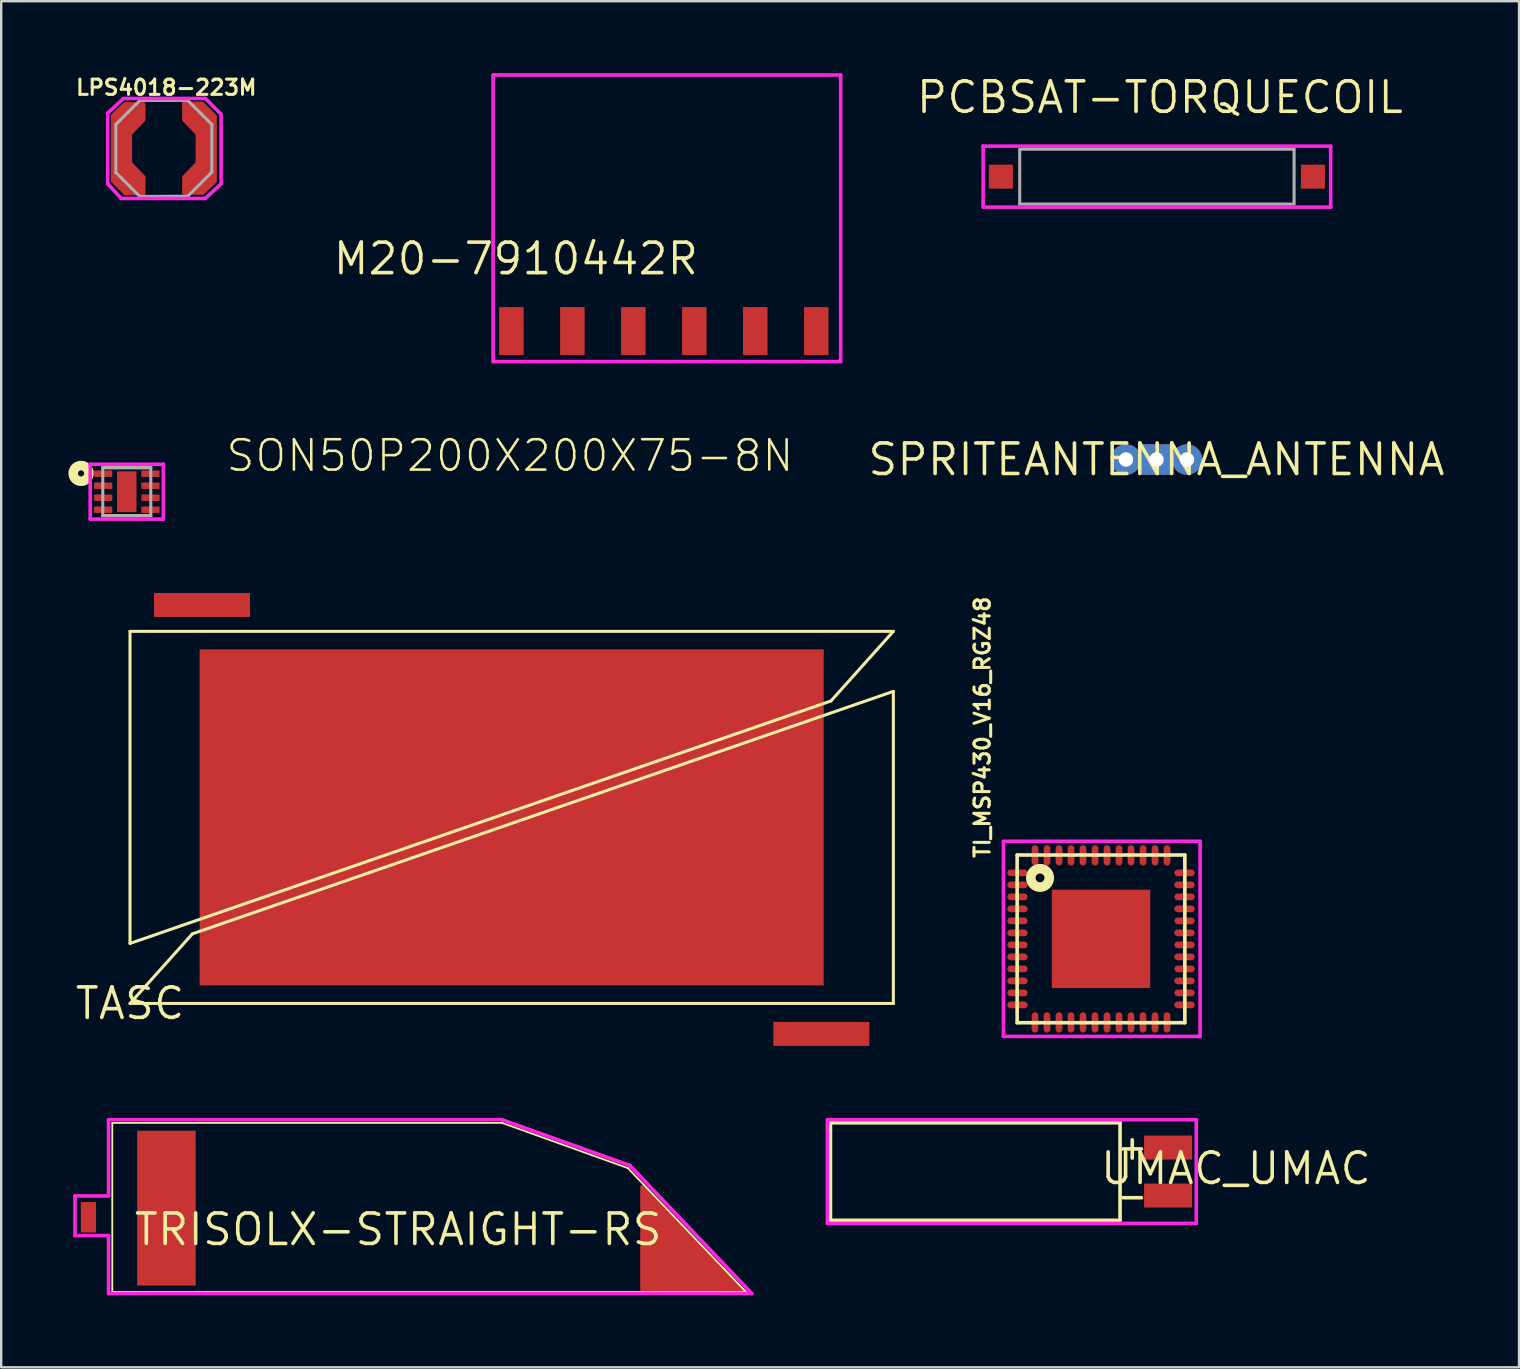
<source format=kicad_pcb>
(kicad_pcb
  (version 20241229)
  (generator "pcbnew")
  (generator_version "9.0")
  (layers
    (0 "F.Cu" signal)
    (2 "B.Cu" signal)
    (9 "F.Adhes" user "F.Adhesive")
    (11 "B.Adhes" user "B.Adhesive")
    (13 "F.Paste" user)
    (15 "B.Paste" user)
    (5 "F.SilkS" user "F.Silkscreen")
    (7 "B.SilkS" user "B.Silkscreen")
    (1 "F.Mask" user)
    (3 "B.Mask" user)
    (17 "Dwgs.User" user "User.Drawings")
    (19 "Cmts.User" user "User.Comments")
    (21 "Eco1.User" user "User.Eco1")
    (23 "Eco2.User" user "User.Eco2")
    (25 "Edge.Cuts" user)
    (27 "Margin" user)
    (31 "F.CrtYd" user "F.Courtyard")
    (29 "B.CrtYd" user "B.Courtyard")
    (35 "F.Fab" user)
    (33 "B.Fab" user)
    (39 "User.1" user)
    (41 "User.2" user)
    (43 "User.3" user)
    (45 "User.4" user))
  (footprint "SPRITEANTENNA_ANTENNA"
    (layer "F.Cu")
    (at 45.128 16.094)
    (property "Reference" "SPRITEANTENNA_ANTENNA" (at 0 0 0) (layer "F.SilkS") (effects (font (size 1.27 1.27) (thickness 0.15))))
    (attr through_hole)
    (pad "IN1" thru_hole rect (at 0 0 180) (size 1.27 1.27) (drill 0.6) (layers "*.Cu" "*.Mask"))
    (pad "IN2" thru_hole circle (at 1.27 0 180) (size 1.27 1.27) (drill 0.6) (layers "*.Cu" "*.Mask"))
    (pad "IN3" thru_hole circle (at -1.27 0) (size 1.27 1.27) (drill 0.6) (layers "*.Cu" "*.Mask")))
  (footprint "TASC"
    (layer "F.Cu")
    (at 2.366 38.752)
    (property "Reference" "TASC" (at 0 0 0) (layer "F.SilkS") (effects (font (size 1.27 1.27) (thickness 0.15))))
    (attr through_hole)
    (fp_line (start 0 -15.5) (end 0 -2.5) (stroke (width 0.127) (type solid)) (layer "F.SilkS"))
    (fp_line (start 0 -2.5) (end 29.2 -12.6) (stroke (width 0.127) (type solid)) (layer "F.SilkS"))
    (fp_line (start 0 0) (end 2.6 -2.9) (stroke (width 0.127) (type solid)) (layer "F.SilkS"))
    (fp_line (start 0 0) (end 31.8 0) (stroke (width 0.127) (type solid)) (layer "F.SilkS"))
    (fp_line (start 31.8 -15.5) (end 0 -15.5) (stroke (width 0.127) (type solid)) (layer "F.SilkS"))
    (fp_line (start 31.8 -15.5) (end 29.2 -12.6) (stroke (width 0.127) (type solid)) (layer "F.SilkS"))
    (fp_line (start 31.8 -13) (end 2.6 -2.9) (stroke (width 0.127) (type solid)) (layer "F.SilkS"))
    (fp_line (start 31.8 0) (end 31.8 -13) (stroke (width 0.127) (type solid)) (layer "F.SilkS"))
    (pad "MINUS1" smd rect (at 3 -16.6) (size 4 1) (layers "F.Cu" "F.Mask" "F.Paste"))
    (pad "MINUS2" smd rect (at 28.8 1.27) (size 4 1) (layers "F.Cu" "F.Mask" "F.Paste"))
    (pad "PLUS" smd rect (at 15.9 -7.75) (size 26 14) (layers "F.Cu" "F.Mask" "F.Paste")))
  (footprint "M20-7910442R"
    (layer "F.Cu")
    (at 24.605 10.743)
    (property "Reference" "M20-7910442R" (at 1.524 -3.759 0) (layer "F.SilkS") (effects (font (size 1.27 1.27) (thickness 0.15)) (justify right top)))
    (attr through_hole)
    (fp_line (start -7.112 -10.668) (end -7.112 1.27) (stroke (width 0.15) (type solid)) (layer "F.CrtYd"))
    (fp_line (start -7.112 1.27) (end 7.366 1.27) (stroke (width 0.15) (type solid)) (layer "F.CrtYd"))
    (fp_line (start 7.366 -10.668) (end -7.112 -10.668) (stroke (width 0.15) (type solid)) (layer "F.CrtYd"))
    (fp_line (start 7.366 1.27) (end 7.366 -10.668) (stroke (width 0.15) (type solid)) (layer "F.CrtYd"))
    (pad "1" smd rect (at -6.35 0) (size 1.02 2) (layers "F.Cu" "F.Mask" "F.Paste"))
    (pad "2" smd rect (at -3.81 0) (size 1.02 2) (layers "F.Cu" "F.Mask" "F.Paste"))
    (pad "3" smd rect (at -1.27 0) (size 1.02 2) (layers "F.Cu" "F.Mask" "F.Paste"))
    (pad "4" smd rect (at 1.27 0) (size 1.02 2) (layers "F.Cu" "F.Mask" "F.Paste"))
    (pad "5" smd rect (at 3.81 0) (size 1.02 2) (layers "F.Cu" "F.Mask" "F.Paste"))
    (pad "6" smd rect (at 6.35 0) (size 1.02 2) (layers "F.Cu" "F.Mask" "F.Paste")))
  (footprint "TI_MSP430_V16_RGZ48"
    (layer "F.Cu")
    (at 42.817 36.063)
    (property "Reference" "TI_MSP430_V16_RGZ48" (at -4.572 -3.302 90) (layer "F.SilkS") (effects (font (size 0.635 0.635) (thickness 0.127)) (justify left bottom)))
    (attr through_hole)
    (fp_line (start -3.493 -3.493) (end 3.493 -3.493) (stroke (width 0.15) (type solid)) (layer "F.SilkS"))
    (fp_line (start -3.493 3.493) (end -3.493 -3.493) (stroke (width 0.15) (type solid)) (layer "F.SilkS"))
    (fp_line (start 3.493 -3.493) (end 3.493 3.493) (stroke (width 0.15) (type solid)) (layer "F.SilkS"))
    (fp_line (start 3.493 3.493) (end -3.493 3.493) (stroke (width 0.15) (type solid)) (layer "F.SilkS"))
    (fp_circle (center -2.54 -2.54) (end -2.355 -2.54) (stroke (width 0.4) (type solid)) (fill no) (layer "F.SilkS"))
    (fp_line (start -4.064 -4.064) (end 4.128 -4.064) (stroke (width 0.15) (type solid)) (layer "F.CrtYd"))
    (fp_line (start -4.064 4.064) (end -4.064 -4.064) (stroke (width 0.15) (type solid)) (layer "F.CrtYd"))
    (fp_line (start 4.128 -4.064) (end 4.128 4.064) (stroke (width 0.15) (type solid)) (layer "F.CrtYd"))
    (fp_line (start 4.128 4.064) (end -4.064 4.064) (stroke (width 0.15) (type solid)) (layer "F.CrtYd"))
    (pad "1" smd roundrect (at -3.48 -2.75 90) (size 0.28 0.85) (layers "F.Cu" "F.Mask" "F.Paste") (roundrect_rratio 0.5))
    (pad "2" smd roundrect (at -3.48 -2.25 90) (size 0.28 0.85) (layers "F.Cu" "F.Mask" "F.Paste") (roundrect_rratio 0.5))
    (pad "3" smd roundrect (at -3.48 -1.75 90) (size 0.28 0.85) (layers "F.Cu" "F.Mask" "F.Paste") (roundrect_rratio 0.5))
    (pad "4" smd roundrect (at -3.48 -1.25 90) (size 0.28 0.85) (layers "F.Cu" "F.Mask" "F.Paste") (roundrect_rratio 0.5))
    (pad "5" smd roundrect (at -3.48 -0.75 90) (size 0.28 0.85) (layers "F.Cu" "F.Mask" "F.Paste") (roundrect_rratio 0.5))
    (pad "6" smd roundrect (at -3.48 -0.25 90) (size 0.28 0.85) (layers "F.Cu" "F.Mask" "F.Paste") (roundrect_rratio 0.5))
    (pad "7" smd roundrect (at -3.48 0.25 90) (size 0.28 0.85) (layers "F.Cu" "F.Mask" "F.Paste") (roundrect_rratio 0.5))
    (pad "8" smd roundrect (at -3.48 0.75 90) (size 0.28 0.85) (layers "F.Cu" "F.Mask" "F.Paste") (roundrect_rratio 0.5))
    (pad "9" smd roundrect (at -3.48 1.25 90) (size 0.28 0.85) (layers "F.Cu" "F.Mask" "F.Paste") (roundrect_rratio 0.5))
    (pad "10" smd roundrect (at -3.48 1.75 90) (size 0.28 0.85) (layers "F.Cu" "F.Mask" "F.Paste") (roundrect_rratio 0.5))
    (pad "11" smd roundrect (at -3.48 2.25 90) (size 0.28 0.85) (layers "F.Cu" "F.Mask" "F.Paste") (roundrect_rratio 0.5))
    (pad "12" smd roundrect (at -3.48 2.75 90) (size 0.28 0.85) (layers "F.Cu" "F.Mask" "F.Paste") (roundrect_rratio 0.5))
    (pad "13" smd roundrect (at -2.75 3.48 180) (size 0.28 0.85) (layers "F.Cu" "F.Mask" "F.Paste") (roundrect_rratio 0.5))
    (pad "14" smd roundrect (at -2.25 3.48 180) (size 0.28 0.85) (layers "F.Cu" "F.Mask" "F.Paste") (roundrect_rratio 0.5))
    (pad "15" smd roundrect (at -1.75 3.48 180) (size 0.28 0.85) (layers "F.Cu" "F.Mask" "F.Paste") (roundrect_rratio 0.5))
    (pad "16" smd roundrect (at -1.25 3.48 180) (size 0.28 0.85) (layers "F.Cu" "F.Mask" "F.Paste") (roundrect_rratio 0.5))
    (pad "17" smd roundrect (at -0.75 3.48 180) (size 0.28 0.85) (layers "F.Cu" "F.Mask" "F.Paste") (roundrect_rratio 0.5))
    (pad "18" smd roundrect (at -0.25 3.48 180) (size 0.28 0.85) (layers "F.Cu" "F.Mask" "F.Paste") (roundrect_rratio 0.5))
    (pad "19" smd roundrect (at 0.25 3.48 180) (size 0.28 0.85) (layers "F.Cu" "F.Mask" "F.Paste") (roundrect_rratio 0.5))
    (pad "20" smd roundrect (at 0.75 3.48 180) (size 0.28 0.85) (layers "F.Cu" "F.Mask" "F.Paste") (roundrect_rratio 0.5))
    (pad "21" smd roundrect (at 1.25 3.48 180) (size 0.28 0.85) (layers "F.Cu" "F.Mask" "F.Paste") (roundrect_rratio 0.5))
    (pad "22" smd roundrect (at 1.75 3.48 180) (size 0.28 0.85) (layers "F.Cu" "F.Mask" "F.Paste") (roundrect_rratio 0.5))
    (pad "23" smd roundrect (at 2.25 3.48 180) (size 0.28 0.85) (layers "F.Cu" "F.Mask" "F.Paste") (roundrect_rratio 0.5))
    (pad "24" smd roundrect (at 2.75 3.48 180) (size 0.28 0.85) (layers "F.Cu" "F.Mask" "F.Paste") (roundrect_rratio 0.5))
    (pad "25" smd roundrect (at 3.48 2.75 270) (size 0.28 0.85) (layers "F.Cu" "F.Mask" "F.Paste") (roundrect_rratio 0.5))
    (pad "26" smd roundrect (at 3.48 2.25 270) (size 0.28 0.85) (layers "F.Cu" "F.Mask" "F.Paste") (roundrect_rratio 0.5))
    (pad "27" smd roundrect (at 3.48 1.75 270) (size 0.28 0.85) (layers "F.Cu" "F.Mask" "F.Paste") (roundrect_rratio 0.5))
    (pad "28" smd roundrect (at 3.48 1.25 270) (size 0.28 0.85) (layers "F.Cu" "F.Mask" "F.Paste") (roundrect_rratio 0.5))
    (pad "29" smd roundrect (at 3.48 0.75 270) (size 0.28 0.85) (layers "F.Cu" "F.Mask" "F.Paste") (roundrect_rratio 0.5))
    (pad "30" smd roundrect (at 3.48 0.25 270) (size 0.28 0.85) (layers "F.Cu" "F.Mask" "F.Paste") (roundrect_rratio 0.5))
    (pad "31" smd roundrect (at 3.48 -0.25 270) (size 0.28 0.85) (layers "F.Cu" "F.Mask" "F.Paste") (roundrect_rratio 0.5))
    (pad "32" smd roundrect (at 3.48 -0.75 270) (size 0.28 0.85) (layers "F.Cu" "F.Mask" "F.Paste") (roundrect_rratio 0.5))
    (pad "33" smd roundrect (at 3.48 -1.25 270) (size 0.28 0.85) (layers "F.Cu" "F.Mask" "F.Paste") (roundrect_rratio 0.5))
    (pad "34" smd roundrect (at 3.48 -1.75 270) (size 0.28 0.85) (layers "F.Cu" "F.Mask" "F.Paste") (roundrect_rratio 0.5))
    (pad "35" smd roundrect (at 3.48 -2.25 270) (size 0.28 0.85) (layers "F.Cu" "F.Mask" "F.Paste") (roundrect_rratio 0.5))
    (pad "36" smd roundrect (at 3.48 -2.75 270) (size 0.28 0.85) (layers "F.Cu" "F.Mask" "F.Paste") (roundrect_rratio 0.5))
    (pad "37" smd roundrect (at 2.75 -3.48) (size 0.28 0.85) (layers "F.Cu" "F.Mask" "F.Paste") (roundrect_rratio 0.5))
    (pad "38" smd roundrect (at 2.25 -3.48) (size 0.28 0.85) (layers "F.Cu" "F.Mask" "F.Paste") (roundrect_rratio 0.5))
    (pad "39" smd roundrect (at 1.75 -3.48) (size 0.28 0.85) (layers "F.Cu" "F.Mask" "F.Paste") (roundrect_rratio 0.5))
    (pad "40" smd roundrect (at 1.25 -3.48) (size 0.28 0.85) (layers "F.Cu" "F.Mask" "F.Paste") (roundrect_rratio 0.5))
    (pad "41" smd roundrect (at 0.75 -3.48) (size 0.28 0.85) (layers "F.Cu" "F.Mask" "F.Paste") (roundrect_rratio 0.5))
    (pad "42" smd roundrect (at 0.25 -3.48) (size 0.28 0.85) (layers "F.Cu" "F.Mask" "F.Paste") (roundrect_rratio 0.5))
    (pad "43" smd roundrect (at -0.25 -3.48) (size 0.28 0.85) (layers "F.Cu" "F.Mask" "F.Paste") (roundrect_rratio 0.5))
    (pad "44" smd roundrect (at -0.75 -3.48) (size 0.28 0.85) (layers "F.Cu" "F.Mask" "F.Paste") (roundrect_rratio 0.5))
    (pad "45" smd roundrect (at -1.25 -3.48) (size 0.28 0.85) (layers "F.Cu" "F.Mask" "F.Paste") (roundrect_rratio 0.5))
    (pad "46" smd roundrect (at -1.75 -3.48) (size 0.28 0.85) (layers "F.Cu" "F.Mask" "F.Paste") (roundrect_rratio 0.5))
    (pad "47" smd roundrect (at -2.25 -3.48) (size 0.28 0.85) (layers "F.Cu" "F.Mask" "F.Paste") (roundrect_rratio 0.5))
    (pad "48" smd roundrect (at -2.75 -3.48) (size 0.28 0.85) (layers "F.Cu" "F.Mask" "F.Paste") (roundrect_rratio 0.5))
    (pad "TP" smd rect (at 0 0) (size 4.1 4.1) (layers "F.Cu" "F.Mask" "F.Paste")))
  (footprint "UMAC_UMAC"
    (layer "F.Cu")
    (at 43.611 45.756)
    (property "Reference" "UMAC_UMAC" (at 4.826 -0.127 0) (layer "F.SilkS") (effects (font (size 1.27 1.27) (thickness 0.15))))
    (attr through_hole)
    (fp_line (start -12.065 -2.032) (end -12.065 2.032) (stroke (width 0.15) (type solid)) (layer "F.SilkS"))
    (fp_line (start -12.065 2.032) (end 0 2.032) (stroke (width 0.15) (type solid)) (layer "F.SilkS"))
    (fp_line (start 0 -2.032) (end -12.065 -2.032) (stroke (width 0.15) (type solid)) (layer "F.SilkS"))
    (fp_line (start 0 2.032) (end 0 -2.032) (stroke (width 0.15) (type solid)) (layer "F.SilkS"))
    (fp_line (start -12.192 -2.159) (end 3.175 -2.159) (stroke (width 0.15) (type solid)) (layer "F.CrtYd"))
    (fp_line (start -12.192 2.159) (end -12.192 -2.159) (stroke (width 0.15) (type solid)) (layer "F.CrtYd"))
    (fp_line (start 3.175 -2.159) (end 3.175 2.159) (stroke (width 0.15) (type solid)) (layer "F.CrtYd"))
    (fp_line (start 3.175 2.159) (end -12.192 2.159) (stroke (width 0.15) (type solid)) (layer "F.CrtYd"))
    (fp_text user "+" (at 0.508 -1.016 0) (layer "F.SilkS") (effects (font (size 1 1) (thickness 0.15))))
    (fp_text user "-" (at 0.508 1.016 0) (layer "F.SilkS") (effects (font (size 1 1) (thickness 0.15))))
    (pad "V+" smd rect (at 2 -1) (size 2 1) (layers "F.Cu" "F.Mask" "F.Paste"))
    (pad "V-" smd rect (at 2 1) (size 2 1) (layers "F.Cu" "F.Mask" "F.Paste")))
  (footprint "TRISOLX-STRAIGHT-RS"
    (layer "F.Cu")
    (at 13.537 48.169)
    (property "Reference" "TRISOLX-STRAIGHT-RS" (at 0 0 0) (layer "F.SilkS") (effects (font (size 1.27 1.27) (thickness 0.15))))
    (attr through_hole)
    (fp_line (start -11.909 -4.439) (end -11.909 2.601) (stroke (width 0.076) (type solid)) (layer "F.SilkS"))
    (fp_line (start -11.909 2.601) (end 14.491 2.601) (stroke (width 0.076) (type solid)) (layer "F.SilkS"))
    (fp_line (start 4.327 -4.439) (end -11.909 -4.439) (stroke (width 0.076) (type solid)) (layer "F.SilkS"))
    (fp_line (start 9.57 -2.556) (end 4.327 -4.439) (stroke (width 0.076) (type solid)) (layer "F.SilkS"))
    (fp_line (start 14.491 2.601) (end 9.57 -2.556) (stroke (width 0.076) (type solid)) (layer "F.SilkS"))
    (fp_line (start -13.462 -1.397) (end -12.065 -1.397) (stroke (width 0.15) (type solid)) (layer "F.CrtYd"))
    (fp_line (start -13.462 0.254) (end -13.462 -1.397) (stroke (width 0.15) (type solid)) (layer "F.CrtYd"))
    (fp_line (start -12.065 -4.572) (end 4.318 -4.572) (stroke (width 0.15) (type solid)) (layer "F.CrtYd"))
    (fp_line (start -12.065 -1.397) (end -12.065 -4.572) (stroke (width 0.15) (type solid)) (layer "F.CrtYd"))
    (fp_line (start -12.065 0.254) (end -13.462 0.254) (stroke (width 0.15) (type solid)) (layer "F.CrtYd"))
    (fp_line (start -12.065 2.667) (end -12.065 0.254) (stroke (width 0.15) (type solid)) (layer "F.CrtYd"))
    (fp_line (start 4.318 -4.572) (end 9.652 -2.667) (stroke (width 0.15) (type solid)) (layer "F.CrtYd"))
    (fp_line (start 9.652 -2.667) (end 14.732 2.667) (stroke (width 0.15) (type solid)) (layer "F.CrtYd"))
    (fp_line (start 14.732 2.667) (end -12.065 2.667) (stroke (width 0.15) (type solid)) (layer "F.CrtYd"))
    (pad "P$1" smd rect (at -12.903 -0.508 90) (size 1.27 0.635) (layers "F.Cu" "F.Mask"))
    (pad "P$2" smd rect (at -9.652 -0.889 90) (size 6.452 2.438) (layers "F.Cu" "F.Mask"))
    (pad "P$2" smd custom (at 11.239 1.016) (size 1.524 1.524) (layers "F.Cu" "F.Mask") (options (anchor circle)) (primitives (gr_poly (pts (xy 3.111 1.524) (xy -1.079 1.524) (xy -1.079 -2.794)) (width 0.15) (fill yes)))))
  (footprint "LPS4018-223M"
    (layer "F.Cu")
    (at 5.528 3.134)
    (property "Reference" "LPS4018-223M" (at -1.651 -2.54 0) (layer "F.SilkS") (effects (font (size 0.635 0.635) (thickness 0.127))))
    (attr through_hole)
    (fp_line (start -4.089 -1.473) (end -3.429 -2.083) (stroke (width 0.15) (type solid)) (layer "F.CrtYd"))
    (fp_line (start -4.089 1.473) (end -4.089 -1.473) (stroke (width 0.15) (type solid)) (layer "F.CrtYd"))
    (fp_line (start -3.531 2.083) (end -4.089 1.473) (stroke (width 0.15) (type solid)) (layer "F.CrtYd"))
    (fp_line (start -3.429 -2.083) (end -0.025 -2.083) (stroke (width 0.15) (type solid)) (layer "F.CrtYd"))
    (fp_line (start -0.025 -2.083) (end 0.635 -1.422) (stroke (width 0.15) (type solid)) (layer "F.CrtYd"))
    (fp_line (start -0.025 2.083) (end -3.531 2.083) (stroke (width 0.15) (type solid)) (layer "F.CrtYd"))
    (fp_line (start 0.635 -1.422) (end 0.635 1.473) (stroke (width 0.15) (type solid)) (layer "F.CrtYd"))
    (fp_line (start 0.635 1.473) (end -0.025 2.083) (stroke (width 0.15) (type solid)) (layer "F.CrtYd"))
    (fp_line (start -3.753 -1) (end -3.753 1) (stroke (width 0.127) (type solid)) (layer "F.Fab"))
    (fp_line (start -3.753 1) (end -2.753 2) (stroke (width 0.127) (type solid)) (layer "F.Fab"))
    (fp_line (start -2.753 -2) (end -3.753 -1) (stroke (width 0.127) (type solid)) (layer "F.Fab"))
    (fp_line (start -2.753 -2) (end -0.753 -2) (stroke (width 0.127) (type solid)) (layer "F.Fab"))
    (fp_line (start -2.753 2) (end -0.753 1.99) (stroke (width 0.127) (type solid)) (layer "F.Fab"))
    (fp_line (start -0.753 -2) (end 0.247 -1) (stroke (width 0.127) (type solid)) (layer "F.Fab"))
    (fp_line (start -0.753 1.99) (end 0.247 0.99) (stroke (width 0.127) (type solid)) (layer "F.Fab"))
    (fp_line (start 0.247 0.99) (end 0.247 -1) (stroke (width 0.127) (type solid)) (layer "F.Fab"))
    (pad "P$1" smd custom (at -3.531 0.025 180) (size 0.508 0.508) (layers "F.Cu" "F.Mask" "F.Paste") (options (anchor rect)) (primitives (gr_poly (pts (xy -0.94 -1.854) (xy -0.178 -1.854) (xy 0.356 -1.321) (xy 0.356 1.397) (xy -0.152 1.88) (xy -0.94 1.88) (xy -0.94 1.219) (xy -0.381 0.635) (xy -0.381 -0.584) (xy -0.94 -1.168)) (width 0.15) (fill yes))))
    (pad "P$2" smd custom (at 0.025 -0.025) (size 0.508 0.508) (layers "F.Cu" "F.Mask" "F.Paste") (options (anchor rect)) (primitives (gr_poly (pts (xy -0.94 -1.854) (xy -0.178 -1.854) (xy 0.356 -1.321) (xy 0.356 1.397) (xy -0.152 1.88) (xy -0.94 1.88) (xy -0.94 1.219) (xy -0.381 0.635) (xy -0.381 -0.584) (xy -0.94 -1.168)) (width 0.15) (fill yes)))))
  (footprint "PCBSAT-TORQUECOIL"
    (layer "F.Cu")
    (at 45.146 4.308)
    (property "Reference" "PCBSAT-TORQUECOIL" (at 0.127 -3.302 0) (layer "F.SilkS") (effects (font (size 1.27 1.27) (thickness 0.15))))
    (attr through_hole)
    (fp_line (start -7.239 -1.27) (end 7.239 -1.27) (stroke (width 0.15) (type solid)) (layer "F.CrtYd"))
    (fp_line (start -7.239 1.27) (end -7.239 -1.27) (stroke (width 0.15) (type solid)) (layer "F.CrtYd"))
    (fp_line (start -7.239 1.27) (end 7.239 1.27) (stroke (width 0.15) (type solid)) (layer "F.CrtYd"))
    (fp_line (start 7.239 -1.27) (end 7.239 1.27) (stroke (width 0.15) (type solid)) (layer "F.CrtYd"))
    (fp_line (start -5.715 -1.143) (end 5.715 -1.143) (stroke (width 0.127) (type solid)) (layer "F.Fab"))
    (fp_line (start -5.715 1.143) (end -5.715 -1.107) (stroke (width 0.127) (type solid)) (layer "F.Fab"))
    (fp_line (start 5.715 -1.125) (end 5.715 1.125) (stroke (width 0.127) (type solid)) (layer "F.Fab"))
    (fp_line (start 5.715 1.143) (end -5.715 1.143) (stroke (width 0.127) (type solid)) (layer "F.Fab"))
    (pad "1" smd rect (at -6.5 0) (size 1 1) (layers "F.Cu" "F.Mask"))
    (pad "2" smd rect (at 6.5 0) (size 1 1) (layers "F.Cu" "F.Mask")))
  (footprint "SON50P200X200X75-8N"
    (layer "F.Cu")
    (at 2.232 17.434)
    (property "Reference" "SON50P200X200X75-8N" (at 4.064 -0.762 0) (layer "F.SilkS") (effects (font (size 1.264 1.264) (thickness 0.106)) (justify left bottom)))
    (attr through_hole)
    (fp_line (start -1 -1) (end 1 -1) (stroke (width 0.127) (type solid)) (layer "F.SilkS"))
    (fp_line (start -1 1) (end 1 1) (stroke (width 0.127) (type solid)) (layer "F.SilkS"))
    (fp_circle (center -1.905 -0.762) (end -1.778 -0.762) (stroke (width 0.4) (type solid)) (fill no) (layer "F.SilkS"))
    (fp_poly (pts (xy -0.211 0.443) (xy 0.202 0.443) (xy 0.202 -0.425) (xy -0.211 -0.425)) (stroke (width 0) (type solid)) (fill yes) (layer "F.Paste"))
    (fp_line (start -1.524 -1.143) (end 1.524 -1.143) (stroke (width 0.15) (type solid)) (layer "F.CrtYd"))
    (fp_line (start -1.524 1.143) (end -1.524 -1.143) (stroke (width 0.15) (type solid)) (layer "F.CrtYd"))
    (fp_line (start 1.524 -1.143) (end 1.524 1.143) (stroke (width 0.15) (type solid)) (layer "F.CrtYd"))
    (fp_line (start 1.524 1.143) (end -1.524 1.143) (stroke (width 0.15) (type solid)) (layer "F.CrtYd"))
    (fp_line (start -1 -1) (end -1 1) (stroke (width 0.127) (type solid)) (layer "F.Fab"))
    (fp_line (start -1 -1) (end 1 -1) (stroke (width 0.127) (type solid)) (layer "F.Fab"))
    (fp_line (start -1 1) (end 1 1) (stroke (width 0.127) (type solid)) (layer "F.Fab"))
    (fp_line (start 1 -1) (end 1 1) (stroke (width 0.127) (type solid)) (layer "F.Fab"))
    (pad "1" smd roundrect (at -0.985 -0.75) (size 0.76 0.27) (layers "F.Cu" "F.Mask" "F.Paste") (roundrect_rratio 0.125))
    (pad "2" smd roundrect (at -0.985 -0.25) (size 0.76 0.27) (layers "F.Cu" "F.Mask" "F.Paste") (roundrect_rratio 0.125))
    (pad "3" smd roundrect (at -0.985 0.25) (size 0.76 0.27) (layers "F.Cu" "F.Mask" "F.Paste") (roundrect_rratio 0.125))
    (pad "4" smd roundrect (at -0.985 0.75) (size 0.76 0.27) (layers "F.Cu" "F.Mask" "F.Paste") (roundrect_rratio 0.125))
    (pad "5" smd roundrect (at 0.985 0.75) (size 0.76 0.27) (layers "F.Cu" "F.Mask" "F.Paste") (roundrect_rratio 0.125))
    (pad "6" smd roundrect (at 0.985 0.25) (size 0.76 0.27) (layers "F.Cu" "F.Mask" "F.Paste") (roundrect_rratio 0.125))
    (pad "7" smd roundrect (at 0.985 -0.25) (size 0.76 0.27) (layers "F.Cu" "F.Mask" "F.Paste") (roundrect_rratio 0.125))
    (pad "8" smd roundrect (at 0.985 -0.75) (size 0.76 0.27) (layers "F.Cu" "F.Mask" "F.Paste") (roundrect_rratio 0.125))
    (pad "9" smd rect (at 0 0) (size 0.81 1.7) (layers "F.Cu" "F.Mask")))
  (gr_rect
    (start -3 -3)
    (end 60.231 53.911)
    (stroke (width 0.1) (type default))
    (fill no)
    (layer "Edge.Cuts")))
</source>
